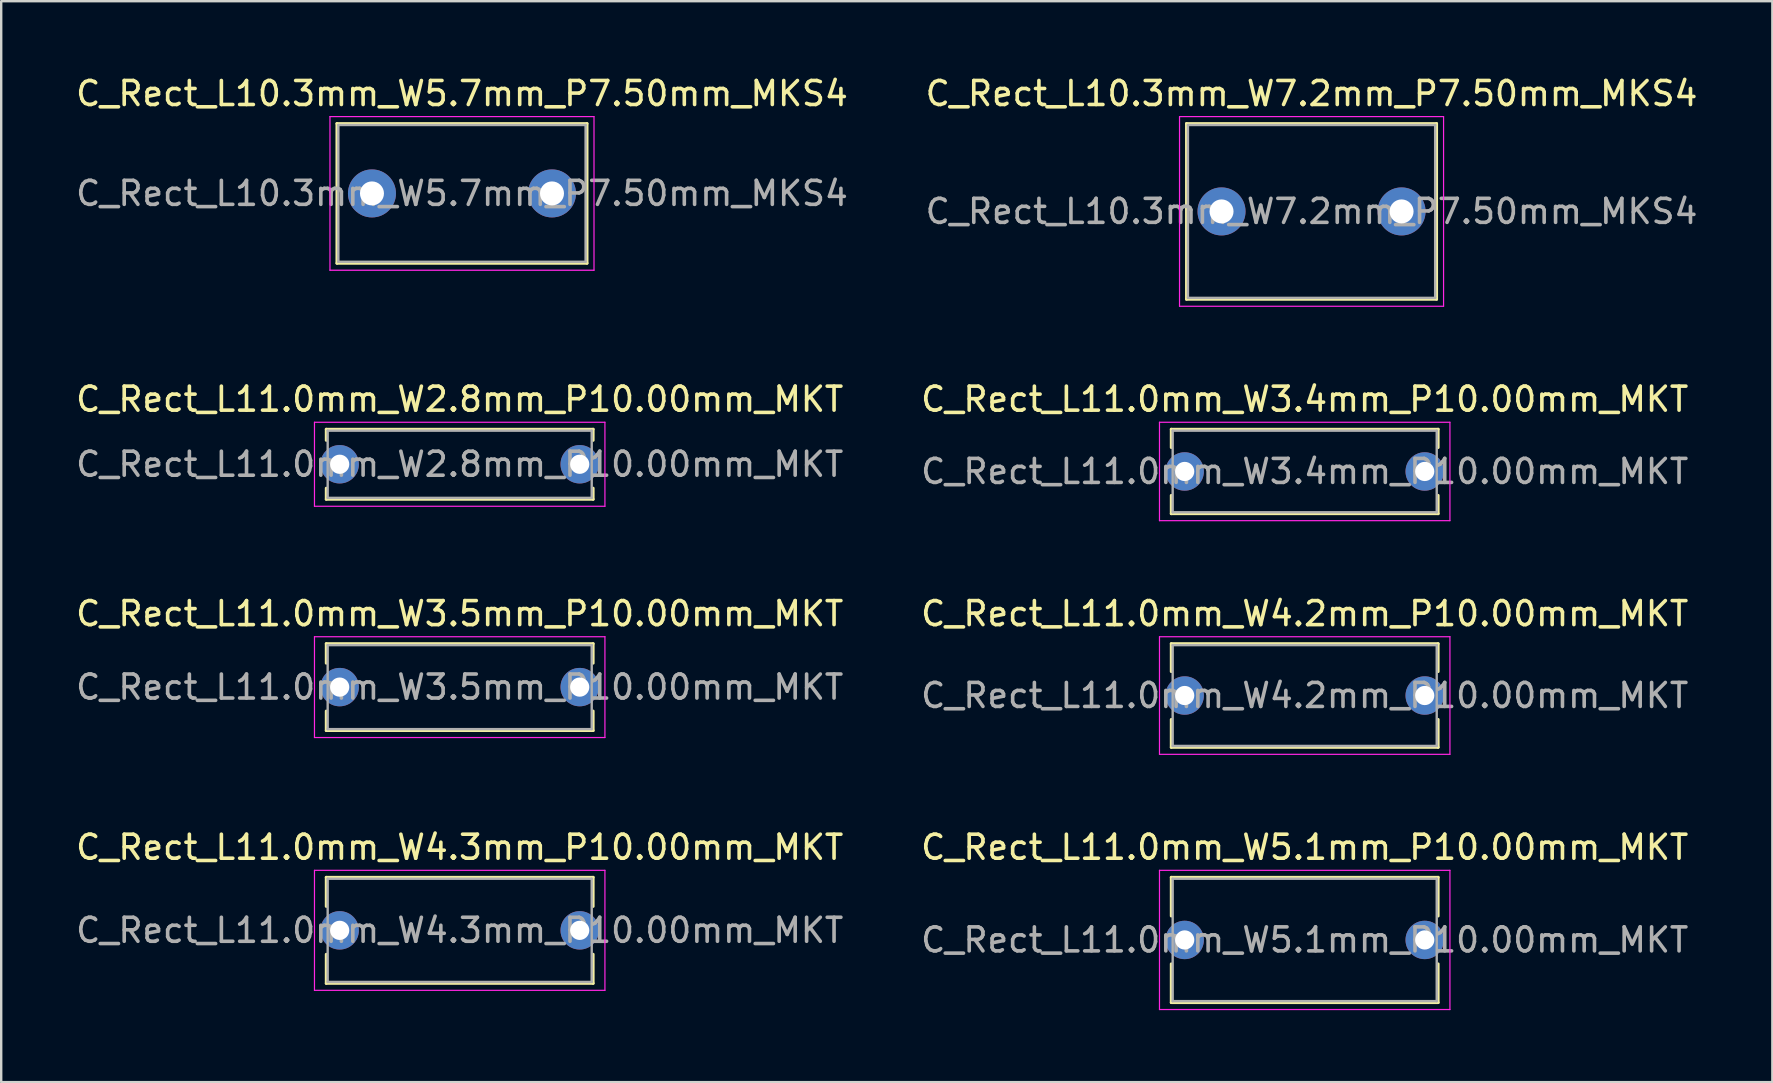
<source format=kicad_pcb>
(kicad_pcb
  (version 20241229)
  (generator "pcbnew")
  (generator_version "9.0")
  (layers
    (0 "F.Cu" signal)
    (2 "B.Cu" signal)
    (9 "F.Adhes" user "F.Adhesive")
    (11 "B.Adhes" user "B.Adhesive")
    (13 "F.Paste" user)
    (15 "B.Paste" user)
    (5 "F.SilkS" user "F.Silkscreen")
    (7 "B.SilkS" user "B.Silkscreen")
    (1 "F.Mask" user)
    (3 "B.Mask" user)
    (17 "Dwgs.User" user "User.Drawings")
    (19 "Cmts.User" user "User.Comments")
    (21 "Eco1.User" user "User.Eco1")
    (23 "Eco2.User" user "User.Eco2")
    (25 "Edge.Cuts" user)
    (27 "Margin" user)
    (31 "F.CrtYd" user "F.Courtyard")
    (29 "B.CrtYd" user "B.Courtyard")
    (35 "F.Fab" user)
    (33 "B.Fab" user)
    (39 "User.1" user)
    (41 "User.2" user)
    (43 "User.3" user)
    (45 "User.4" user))
  (footprint "C_Rect_L11.0mm_W3.4mm_P10.00mm_MKT"
    (layer "F.Cu")
    (at 46.304 16.591)
    (property "Reference" "C_Rect_L11.0mm_W3.4mm_P10.00mm_MKT" (at 5 -3.01 0) (layer "F.SilkS") (effects (font (size 1 1) (thickness 0.15))))
    (attr through_hole)
    (fp_line (start -0.56 -1.76) (end -0.56 -0.996) (stroke (width 0.12) (type solid)) (layer "F.SilkS"))
    (fp_line (start -0.56 -1.76) (end 10.56 -1.76) (stroke (width 0.12) (type solid)) (layer "F.SilkS"))
    (fp_line (start -0.56 0.996) (end -0.56 1.76) (stroke (width 0.12) (type solid)) (layer "F.SilkS"))
    (fp_line (start -0.56 1.76) (end 10.56 1.76) (stroke (width 0.12) (type solid)) (layer "F.SilkS"))
    (fp_line (start 10.56 -1.76) (end 10.56 -0.996) (stroke (width 0.12) (type solid)) (layer "F.SilkS"))
    (fp_line (start 10.56 0.996) (end 10.56 1.76) (stroke (width 0.12) (type solid)) (layer "F.SilkS"))
    (fp_line (start -1.05 -2.05) (end -1.05 2.05) (stroke (width 0.05) (type solid)) (layer "F.CrtYd"))
    (fp_line (start -1.05 2.05) (end 11.05 2.05) (stroke (width 0.05) (type solid)) (layer "F.CrtYd"))
    (fp_line (start 11.05 -2.05) (end -1.05 -2.05) (stroke (width 0.05) (type solid)) (layer "F.CrtYd"))
    (fp_line (start 11.05 2.05) (end 11.05 -2.05) (stroke (width 0.05) (type solid)) (layer "F.CrtYd"))
    (fp_line (start -0.5 -1.7) (end -0.5 1.7) (stroke (width 0.1) (type solid)) (layer "F.Fab"))
    (fp_line (start -0.5 1.7) (end 10.5 1.7) (stroke (width 0.1) (type solid)) (layer "F.Fab"))
    (fp_line (start 10.5 -1.7) (end -0.5 -1.7) (stroke (width 0.1) (type solid)) (layer "F.Fab"))
    (fp_line (start 10.5 1.7) (end 10.5 -1.7) (stroke (width 0.1) (type solid)) (layer "F.Fab"))
    (fp_text user "${REFERENCE}" (at 5 0 0) (layer "F.Fab") (effects (font (size 1 1) (thickness 0.15))))
    (pad "1" thru_hole circle (at 0 0) (size 1.6 1.6) (drill 0.8) (layers "*.Cu" "*.Mask"))
    (pad "2" thru_hole circle (at 10 0) (size 1.6 1.6) (drill 0.8) (layers "*.Cu" "*.Mask")))
  (footprint "C_Rect_L11.0mm_W2.8mm_P10.00mm_MKT"
    (layer "F.Cu")
    (at 11.101 16.291)
    (property "Reference" "C_Rect_L11.0mm_W2.8mm_P10.00mm_MKT" (at 5 -2.71 0) (layer "F.SilkS") (effects (font (size 1 1) (thickness 0.15))))
    (attr through_hole)
    (fp_line (start -0.56 -1.46) (end -0.56 -0.996) (stroke (width 0.12) (type solid)) (layer "F.SilkS"))
    (fp_line (start -0.56 -1.46) (end 10.56 -1.46) (stroke (width 0.12) (type solid)) (layer "F.SilkS"))
    (fp_line (start -0.56 0.996) (end -0.56 1.46) (stroke (width 0.12) (type solid)) (layer "F.SilkS"))
    (fp_line (start -0.56 1.46) (end 10.56 1.46) (stroke (width 0.12) (type solid)) (layer "F.SilkS"))
    (fp_line (start 10.56 -1.46) (end 10.56 -0.996) (stroke (width 0.12) (type solid)) (layer "F.SilkS"))
    (fp_line (start 10.56 0.996) (end 10.56 1.46) (stroke (width 0.12) (type solid)) (layer "F.SilkS"))
    (fp_line (start -1.05 -1.75) (end -1.05 1.75) (stroke (width 0.05) (type solid)) (layer "F.CrtYd"))
    (fp_line (start -1.05 1.75) (end 11.05 1.75) (stroke (width 0.05) (type solid)) (layer "F.CrtYd"))
    (fp_line (start 11.05 -1.75) (end -1.05 -1.75) (stroke (width 0.05) (type solid)) (layer "F.CrtYd"))
    (fp_line (start 11.05 1.75) (end 11.05 -1.75) (stroke (width 0.05) (type solid)) (layer "F.CrtYd"))
    (fp_line (start -0.5 -1.4) (end -0.5 1.4) (stroke (width 0.1) (type solid)) (layer "F.Fab"))
    (fp_line (start -0.5 1.4) (end 10.5 1.4) (stroke (width 0.1) (type solid)) (layer "F.Fab"))
    (fp_line (start 10.5 -1.4) (end -0.5 -1.4) (stroke (width 0.1) (type solid)) (layer "F.Fab"))
    (fp_line (start 10.5 1.4) (end 10.5 -1.4) (stroke (width 0.1) (type solid)) (layer "F.Fab"))
    (fp_text user "${REFERENCE}" (at 5 0 0) (layer "F.Fab") (effects (font (size 1 1) (thickness 0.15))))
    (pad "1" thru_hole circle (at 0 0) (size 1.6 1.6) (drill 0.8) (layers "*.Cu" "*.Mask"))
    (pad "2" thru_hole circle (at 10 0) (size 1.6 1.6) (drill 0.8) (layers "*.Cu" "*.Mask")))
  (footprint "C_Rect_L10.3mm_W5.7mm_P7.50mm_MKS4"
    (layer "F.Cu")
    (at 12.446 5.008)
    (property "Reference" "C_Rect_L10.3mm_W5.7mm_P7.50mm_MKS4" (at 3.75 -4.16 0) (layer "F.SilkS") (effects (font (size 1 1) (thickness 0.15))))
    (attr through_hole)
    (fp_line (start -1.46 -2.91) (end -1.46 2.91) (stroke (width 0.12) (type solid)) (layer "F.SilkS"))
    (fp_line (start -1.46 -2.91) (end 8.96 -2.91) (stroke (width 0.12) (type solid)) (layer "F.SilkS"))
    (fp_line (start -1.46 2.91) (end 8.96 2.91) (stroke (width 0.12) (type solid)) (layer "F.SilkS"))
    (fp_line (start 8.96 -2.91) (end 8.96 2.91) (stroke (width 0.12) (type solid)) (layer "F.SilkS"))
    (fp_line (start -1.75 -3.2) (end -1.75 3.2) (stroke (width 0.05) (type solid)) (layer "F.CrtYd"))
    (fp_line (start -1.75 3.2) (end 9.25 3.2) (stroke (width 0.05) (type solid)) (layer "F.CrtYd"))
    (fp_line (start 9.25 -3.2) (end -1.75 -3.2) (stroke (width 0.05) (type solid)) (layer "F.CrtYd"))
    (fp_line (start 9.25 3.2) (end 9.25 -3.2) (stroke (width 0.05) (type solid)) (layer "F.CrtYd"))
    (fp_line (start -1.4 -2.85) (end -1.4 2.85) (stroke (width 0.1) (type solid)) (layer "F.Fab"))
    (fp_line (start -1.4 2.85) (end 8.9 2.85) (stroke (width 0.1) (type solid)) (layer "F.Fab"))
    (fp_line (start 8.9 -2.85) (end -1.4 -2.85) (stroke (width 0.1) (type solid)) (layer "F.Fab"))
    (fp_line (start 8.9 2.85) (end 8.9 -2.85) (stroke (width 0.1) (type solid)) (layer "F.Fab"))
    (fp_text user "${REFERENCE}" (at 3.75 0 0) (layer "F.Fab") (effects (font (size 1 1) (thickness 0.15))))
    (pad "1" thru_hole circle (at 0 0) (size 2 2) (drill 1) (layers "*.Cu" "*.Mask"))
    (pad "2" thru_hole circle (at 7.5 0) (size 2 2) (drill 1) (layers "*.Cu" "*.Mask")))
  (footprint "C_Rect_L11.0mm_W5.1mm_P10.00mm_MKT"
    (layer "F.Cu")
    (at 46.304 36.108)
    (property "Reference" "C_Rect_L11.0mm_W5.1mm_P10.00mm_MKT" (at 5 -3.86 0) (layer "F.SilkS") (effects (font (size 1 1) (thickness 0.15))))
    (attr through_hole)
    (fp_line (start -0.56 -2.61) (end -0.56 -0.996) (stroke (width 0.12) (type solid)) (layer "F.SilkS"))
    (fp_line (start -0.56 -2.61) (end 10.56 -2.61) (stroke (width 0.12) (type solid)) (layer "F.SilkS"))
    (fp_line (start -0.56 0.996) (end -0.56 2.61) (stroke (width 0.12) (type solid)) (layer "F.SilkS"))
    (fp_line (start -0.56 2.61) (end 10.56 2.61) (stroke (width 0.12) (type solid)) (layer "F.SilkS"))
    (fp_line (start 10.56 -2.61) (end 10.56 -0.996) (stroke (width 0.12) (type solid)) (layer "F.SilkS"))
    (fp_line (start 10.56 0.996) (end 10.56 2.61) (stroke (width 0.12) (type solid)) (layer "F.SilkS"))
    (fp_line (start -1.05 -2.9) (end -1.05 2.9) (stroke (width 0.05) (type solid)) (layer "F.CrtYd"))
    (fp_line (start -1.05 2.9) (end 11.05 2.9) (stroke (width 0.05) (type solid)) (layer "F.CrtYd"))
    (fp_line (start 11.05 -2.9) (end -1.05 -2.9) (stroke (width 0.05) (type solid)) (layer "F.CrtYd"))
    (fp_line (start 11.05 2.9) (end 11.05 -2.9) (stroke (width 0.05) (type solid)) (layer "F.CrtYd"))
    (fp_line (start -0.5 -2.55) (end -0.5 2.55) (stroke (width 0.1) (type solid)) (layer "F.Fab"))
    (fp_line (start -0.5 2.55) (end 10.5 2.55) (stroke (width 0.1) (type solid)) (layer "F.Fab"))
    (fp_line (start 10.5 -2.55) (end -0.5 -2.55) (stroke (width 0.1) (type solid)) (layer "F.Fab"))
    (fp_line (start 10.5 2.55) (end 10.5 -2.55) (stroke (width 0.1) (type solid)) (layer "F.Fab"))
    (fp_text user "${REFERENCE}" (at 5 0 0) (layer "F.Fab") (effects (font (size 1 1) (thickness 0.15))))
    (pad "1" thru_hole circle (at 0 0) (size 1.6 1.6) (drill 0.8) (layers "*.Cu" "*.Mask"))
    (pad "2" thru_hole circle (at 10 0) (size 1.6 1.6) (drill 0.8) (layers "*.Cu" "*.Mask")))
  (footprint "C_Rect_L11.0mm_W4.3mm_P10.00mm_MKT"
    (layer "F.Cu")
    (at 11.101 35.708)
    (property "Reference" "C_Rect_L11.0mm_W4.3mm_P10.00mm_MKT" (at 5 -3.46 0) (layer "F.SilkS") (effects (font (size 1 1) (thickness 0.15))))
    (attr through_hole)
    (fp_line (start -0.56 -2.21) (end -0.56 -0.996) (stroke (width 0.12) (type solid)) (layer "F.SilkS"))
    (fp_line (start -0.56 -2.21) (end 10.56 -2.21) (stroke (width 0.12) (type solid)) (layer "F.SilkS"))
    (fp_line (start -0.56 0.996) (end -0.56 2.21) (stroke (width 0.12) (type solid)) (layer "F.SilkS"))
    (fp_line (start -0.56 2.21) (end 10.56 2.21) (stroke (width 0.12) (type solid)) (layer "F.SilkS"))
    (fp_line (start 10.56 -2.21) (end 10.56 -0.996) (stroke (width 0.12) (type solid)) (layer "F.SilkS"))
    (fp_line (start 10.56 0.996) (end 10.56 2.21) (stroke (width 0.12) (type solid)) (layer "F.SilkS"))
    (fp_line (start -1.05 -2.5) (end -1.05 2.5) (stroke (width 0.05) (type solid)) (layer "F.CrtYd"))
    (fp_line (start -1.05 2.5) (end 11.05 2.5) (stroke (width 0.05) (type solid)) (layer "F.CrtYd"))
    (fp_line (start 11.05 -2.5) (end -1.05 -2.5) (stroke (width 0.05) (type solid)) (layer "F.CrtYd"))
    (fp_line (start 11.05 2.5) (end 11.05 -2.5) (stroke (width 0.05) (type solid)) (layer "F.CrtYd"))
    (fp_line (start -0.5 -2.15) (end -0.5 2.15) (stroke (width 0.1) (type solid)) (layer "F.Fab"))
    (fp_line (start -0.5 2.15) (end 10.5 2.15) (stroke (width 0.1) (type solid)) (layer "F.Fab"))
    (fp_line (start 10.5 -2.15) (end -0.5 -2.15) (stroke (width 0.1) (type solid)) (layer "F.Fab"))
    (fp_line (start 10.5 2.15) (end 10.5 -2.15) (stroke (width 0.1) (type solid)) (layer "F.Fab"))
    (fp_text user "${REFERENCE}" (at 5 0 0) (layer "F.Fab") (effects (font (size 1 1) (thickness 0.15))))
    (pad "1" thru_hole circle (at 0 0) (size 1.6 1.6) (drill 0.8) (layers "*.Cu" "*.Mask"))
    (pad "2" thru_hole circle (at 10 0) (size 1.6 1.6) (drill 0.8) (layers "*.Cu" "*.Mask")))
  (footprint "C_Rect_L11.0mm_W4.2mm_P10.00mm_MKT"
    (layer "F.Cu")
    (at 46.304 25.925)
    (property "Reference" "C_Rect_L11.0mm_W4.2mm_P10.00mm_MKT" (at 5 -3.41 0) (layer "F.SilkS") (effects (font (size 1 1) (thickness 0.15))))
    (attr through_hole)
    (fp_line (start -0.56 -2.16) (end -0.56 -0.996) (stroke (width 0.12) (type solid)) (layer "F.SilkS"))
    (fp_line (start -0.56 -2.16) (end 10.56 -2.16) (stroke (width 0.12) (type solid)) (layer "F.SilkS"))
    (fp_line (start -0.56 0.996) (end -0.56 2.16) (stroke (width 0.12) (type solid)) (layer "F.SilkS"))
    (fp_line (start -0.56 2.16) (end 10.56 2.16) (stroke (width 0.12) (type solid)) (layer "F.SilkS"))
    (fp_line (start 10.56 -2.16) (end 10.56 -0.996) (stroke (width 0.12) (type solid)) (layer "F.SilkS"))
    (fp_line (start 10.56 0.996) (end 10.56 2.16) (stroke (width 0.12) (type solid)) (layer "F.SilkS"))
    (fp_line (start -1.05 -2.45) (end -1.05 2.45) (stroke (width 0.05) (type solid)) (layer "F.CrtYd"))
    (fp_line (start -1.05 2.45) (end 11.05 2.45) (stroke (width 0.05) (type solid)) (layer "F.CrtYd"))
    (fp_line (start 11.05 -2.45) (end -1.05 -2.45) (stroke (width 0.05) (type solid)) (layer "F.CrtYd"))
    (fp_line (start 11.05 2.45) (end 11.05 -2.45) (stroke (width 0.05) (type solid)) (layer "F.CrtYd"))
    (fp_line (start -0.5 -2.1) (end -0.5 2.1) (stroke (width 0.1) (type solid)) (layer "F.Fab"))
    (fp_line (start -0.5 2.1) (end 10.5 2.1) (stroke (width 0.1) (type solid)) (layer "F.Fab"))
    (fp_line (start 10.5 -2.1) (end -0.5 -2.1) (stroke (width 0.1) (type solid)) (layer "F.Fab"))
    (fp_line (start 10.5 2.1) (end 10.5 -2.1) (stroke (width 0.1) (type solid)) (layer "F.Fab"))
    (fp_text user "${REFERENCE}" (at 5 0 0) (layer "F.Fab") (effects (font (size 1 1) (thickness 0.15))))
    (pad "1" thru_hole circle (at 0 0) (size 1.6 1.6) (drill 0.8) (layers "*.Cu" "*.Mask"))
    (pad "2" thru_hole circle (at 10 0) (size 1.6 1.6) (drill 0.8) (layers "*.Cu" "*.Mask")))
  (footprint "C_Rect_L11.0mm_W3.5mm_P10.00mm_MKT"
    (layer "F.Cu")
    (at 11.101 25.575)
    (property "Reference" "C_Rect_L11.0mm_W3.5mm_P10.00mm_MKT" (at 5 -3.06 0) (layer "F.SilkS") (effects (font (size 1 1) (thickness 0.15))))
    (attr through_hole)
    (fp_line (start -0.56 -1.81) (end -0.56 -0.996) (stroke (width 0.12) (type solid)) (layer "F.SilkS"))
    (fp_line (start -0.56 -1.81) (end 10.56 -1.81) (stroke (width 0.12) (type solid)) (layer "F.SilkS"))
    (fp_line (start -0.56 0.996) (end -0.56 1.81) (stroke (width 0.12) (type solid)) (layer "F.SilkS"))
    (fp_line (start -0.56 1.81) (end 10.56 1.81) (stroke (width 0.12) (type solid)) (layer "F.SilkS"))
    (fp_line (start 10.56 -1.81) (end 10.56 -0.996) (stroke (width 0.12) (type solid)) (layer "F.SilkS"))
    (fp_line (start 10.56 0.996) (end 10.56 1.81) (stroke (width 0.12) (type solid)) (layer "F.SilkS"))
    (fp_line (start -1.05 -2.1) (end -1.05 2.1) (stroke (width 0.05) (type solid)) (layer "F.CrtYd"))
    (fp_line (start -1.05 2.1) (end 11.05 2.1) (stroke (width 0.05) (type solid)) (layer "F.CrtYd"))
    (fp_line (start 11.05 -2.1) (end -1.05 -2.1) (stroke (width 0.05) (type solid)) (layer "F.CrtYd"))
    (fp_line (start 11.05 2.1) (end 11.05 -2.1) (stroke (width 0.05) (type solid)) (layer "F.CrtYd"))
    (fp_line (start -0.5 -1.75) (end -0.5 1.75) (stroke (width 0.1) (type solid)) (layer "F.Fab"))
    (fp_line (start -0.5 1.75) (end 10.5 1.75) (stroke (width 0.1) (type solid)) (layer "F.Fab"))
    (fp_line (start 10.5 -1.75) (end -0.5 -1.75) (stroke (width 0.1) (type solid)) (layer "F.Fab"))
    (fp_line (start 10.5 1.75) (end 10.5 -1.75) (stroke (width 0.1) (type solid)) (layer "F.Fab"))
    (fp_text user "${REFERENCE}" (at 5 0 0) (layer "F.Fab") (effects (font (size 1 1) (thickness 0.15))))
    (pad "1" thru_hole circle (at 0 0) (size 1.6 1.6) (drill 0.8) (layers "*.Cu" "*.Mask"))
    (pad "2" thru_hole circle (at 10 0) (size 1.6 1.6) (drill 0.8) (layers "*.Cu" "*.Mask")))
  (footprint "C_Rect_L10.3mm_W7.2mm_P7.50mm_MKS4"
    (layer "F.Cu")
    (at 47.839 5.758)
    (property "Reference" "C_Rect_L10.3mm_W7.2mm_P7.50mm_MKS4" (at 3.75 -4.91 0) (layer "F.SilkS") (effects (font (size 1 1) (thickness 0.15))))
    (attr through_hole)
    (fp_line (start -1.46 -3.66) (end -1.46 3.66) (stroke (width 0.12) (type solid)) (layer "F.SilkS"))
    (fp_line (start -1.46 -3.66) (end 8.96 -3.66) (stroke (width 0.12) (type solid)) (layer "F.SilkS"))
    (fp_line (start -1.46 3.66) (end 8.96 3.66) (stroke (width 0.12) (type solid)) (layer "F.SilkS"))
    (fp_line (start 8.96 -3.66) (end 8.96 3.66) (stroke (width 0.12) (type solid)) (layer "F.SilkS"))
    (fp_line (start -1.75 -3.95) (end -1.75 3.95) (stroke (width 0.05) (type solid)) (layer "F.CrtYd"))
    (fp_line (start -1.75 3.95) (end 9.25 3.95) (stroke (width 0.05) (type solid)) (layer "F.CrtYd"))
    (fp_line (start 9.25 -3.95) (end -1.75 -3.95) (stroke (width 0.05) (type solid)) (layer "F.CrtYd"))
    (fp_line (start 9.25 3.95) (end 9.25 -3.95) (stroke (width 0.05) (type solid)) (layer "F.CrtYd"))
    (fp_line (start -1.4 -3.6) (end -1.4 3.6) (stroke (width 0.1) (type solid)) (layer "F.Fab"))
    (fp_line (start -1.4 3.6) (end 8.9 3.6) (stroke (width 0.1) (type solid)) (layer "F.Fab"))
    (fp_line (start 8.9 -3.6) (end -1.4 -3.6) (stroke (width 0.1) (type solid)) (layer "F.Fab"))
    (fp_line (start 8.9 3.6) (end 8.9 -3.6) (stroke (width 0.1) (type solid)) (layer "F.Fab"))
    (fp_text user "${REFERENCE}" (at 3.75 0 0) (layer "F.Fab") (effects (font (size 1 1) (thickness 0.15))))
    (pad "1" thru_hole circle (at 0 0) (size 2 2) (drill 1) (layers "*.Cu" "*.Mask"))
    (pad "2" thru_hole circle (at 7.5 0) (size 2 2) (drill 1) (layers "*.Cu" "*.Mask")))
  (gr_rect
    (start -3 -3)
    (end 70.786 42.033)
    (stroke (width 0.1) (type default))
    (fill no)
    (layer "Edge.Cuts")))
</source>
